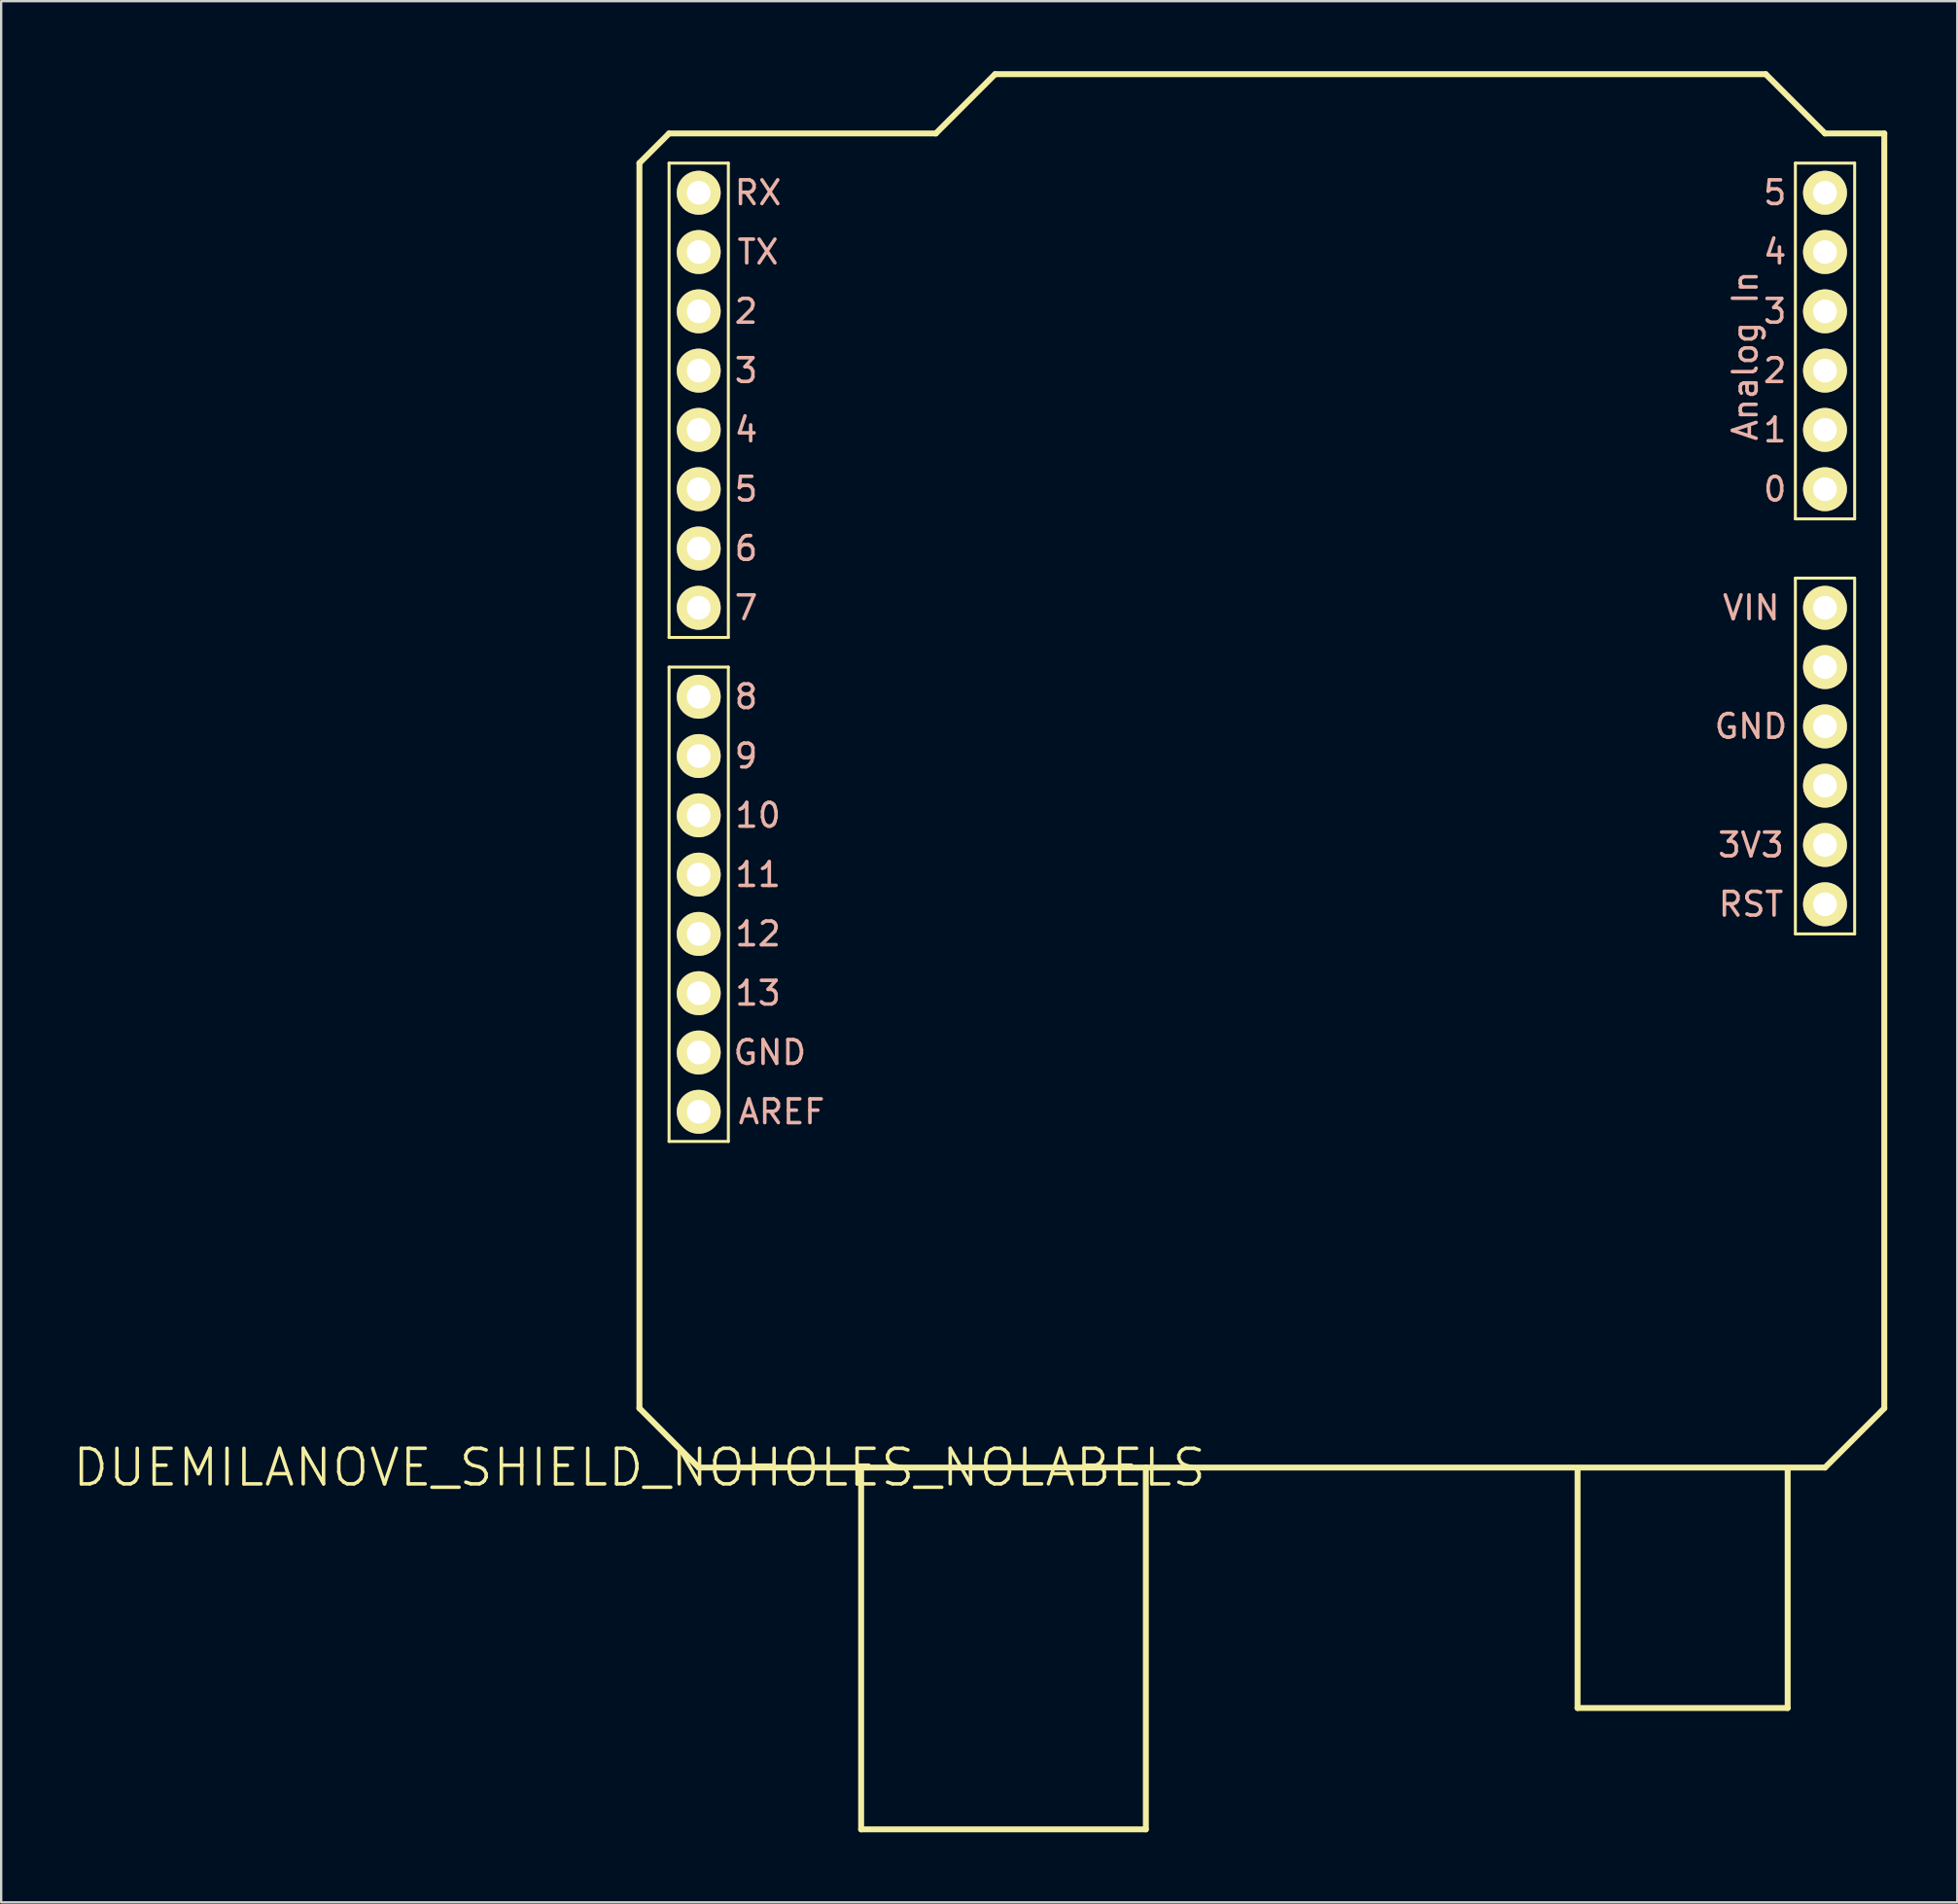
<source format=kicad_pcb>
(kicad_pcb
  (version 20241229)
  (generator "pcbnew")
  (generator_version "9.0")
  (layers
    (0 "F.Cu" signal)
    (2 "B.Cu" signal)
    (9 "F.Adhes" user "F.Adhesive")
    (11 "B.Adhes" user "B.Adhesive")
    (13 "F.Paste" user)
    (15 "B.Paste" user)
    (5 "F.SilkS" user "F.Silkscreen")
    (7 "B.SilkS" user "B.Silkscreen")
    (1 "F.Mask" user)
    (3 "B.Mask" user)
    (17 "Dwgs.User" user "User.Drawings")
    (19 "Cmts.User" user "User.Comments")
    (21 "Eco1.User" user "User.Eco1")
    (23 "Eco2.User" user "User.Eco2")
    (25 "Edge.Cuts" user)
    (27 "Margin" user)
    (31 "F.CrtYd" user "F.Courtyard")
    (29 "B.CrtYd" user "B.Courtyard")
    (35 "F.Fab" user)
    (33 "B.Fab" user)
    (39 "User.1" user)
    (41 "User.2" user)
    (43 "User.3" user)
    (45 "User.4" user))
  (footprint "DUEMILANOVE_SHIELD_NOHOLES_NOLABELS"
    (layer "F.Cu")
    (at 24.348 59.817)
    (property "Reference" "DUEMILANOVE_SHIELD_NOHOLES_NOLABELS" (at 0 0 0) (layer "F.SilkS") (effects (font (size 1.524 1.524) (thickness 0.15))))
    (attr exclude_from_pos_files exclude_from_bom)
    (fp_line (start 0 -55.88) (end 0 -2.54) (stroke (width 0.254) (type solid)) (layer "F.SilkS"))
    (fp_line (start 0 -2.54) (end 2.54 0) (stroke (width 0.254) (type solid)) (layer "F.SilkS"))
    (fp_line (start 1.27 -57.15) (end 0 -55.88) (stroke (width 0.254) (type solid)) (layer "F.SilkS"))
    (fp_line (start 1.27 -55.88) (end 3.81 -55.88) (stroke (width 0.127) (type solid)) (layer "F.SilkS"))
    (fp_line (start 1.27 -35.56) (end 1.27 -55.88) (stroke (width 0.127) (type solid)) (layer "F.SilkS"))
    (fp_line (start 1.27 -34.29) (end 3.81 -34.29) (stroke (width 0.127) (type solid)) (layer "F.SilkS"))
    (fp_line (start 1.27 -13.97) (end 1.27 -34.29) (stroke (width 0.127) (type solid)) (layer "F.SilkS"))
    (fp_line (start 2.54 0) (end 9.5 0) (stroke (width 0.254) (type solid)) (layer "F.SilkS"))
    (fp_line (start 3.81 -55.88) (end 3.81 -35.56) (stroke (width 0.127) (type solid)) (layer "F.SilkS"))
    (fp_line (start 3.81 -35.56) (end 1.27 -35.56) (stroke (width 0.127) (type solid)) (layer "F.SilkS"))
    (fp_line (start 3.81 -34.29) (end 3.81 -13.97) (stroke (width 0.127) (type solid)) (layer "F.SilkS"))
    (fp_line (start 3.81 -13.97) (end 1.27 -13.97) (stroke (width 0.127) (type solid)) (layer "F.SilkS"))
    (fp_line (start 9.5 0) (end 21.699 0) (stroke (width 0.254) (type solid)) (layer "F.SilkS"))
    (fp_line (start 9.5 15.499) (end 9.5 0) (stroke (width 0.254) (type solid)) (layer "F.SilkS"))
    (fp_line (start 9.5 15.499) (end 21.699 15.499) (stroke (width 0.254) (type solid)) (layer "F.SilkS"))
    (fp_line (start 12.7 -57.15) (end 1.27 -57.15) (stroke (width 0.254) (type solid)) (layer "F.SilkS"))
    (fp_line (start 15.24 -59.69) (end 12.7 -57.15) (stroke (width 0.254) (type solid)) (layer "F.SilkS"))
    (fp_line (start 21.699 0) (end 50.8 0) (stroke (width 0.254) (type solid)) (layer "F.SilkS"))
    (fp_line (start 21.699 15.499) (end 21.699 0) (stroke (width 0.254) (type solid)) (layer "F.SilkS"))
    (fp_line (start 40.198 10.3) (end 40.198 0.099) (stroke (width 0.254) (type solid)) (layer "F.SilkS"))
    (fp_line (start 40.198 10.3) (end 49.2 10.3) (stroke (width 0.254) (type solid)) (layer "F.SilkS"))
    (fp_line (start 48.26 -59.69) (end 15.24 -59.69) (stroke (width 0.254) (type solid)) (layer "F.SilkS"))
    (fp_line (start 49.2 10.3) (end 49.2 0.099) (stroke (width 0.254) (type solid)) (layer "F.SilkS"))
    (fp_line (start 49.53 -55.88) (end 52.07 -55.88) (stroke (width 0.127) (type solid)) (layer "F.SilkS"))
    (fp_line (start 49.53 -40.64) (end 49.53 -55.88) (stroke (width 0.127) (type solid)) (layer "F.SilkS"))
    (fp_line (start 49.53 -38.1) (end 52.07 -38.1) (stroke (width 0.127) (type solid)) (layer "F.SilkS"))
    (fp_line (start 49.53 -22.86) (end 49.53 -38.1) (stroke (width 0.127) (type solid)) (layer "F.SilkS"))
    (fp_line (start 50.8 -57.15) (end 48.26 -59.69) (stroke (width 0.254) (type solid)) (layer "F.SilkS"))
    (fp_line (start 50.8 0) (end 53.34 -2.54) (stroke (width 0.254) (type solid)) (layer "F.SilkS"))
    (fp_line (start 52.07 -55.88) (end 52.07 -40.64) (stroke (width 0.127) (type solid)) (layer "F.SilkS"))
    (fp_line (start 52.07 -40.64) (end 49.53 -40.64) (stroke (width 0.127) (type solid)) (layer "F.SilkS"))
    (fp_line (start 52.07 -38.1) (end 52.07 -22.86) (stroke (width 0.127) (type solid)) (layer "F.SilkS"))
    (fp_line (start 52.07 -22.86) (end 49.53 -22.86) (stroke (width 0.127) (type solid)) (layer "F.SilkS"))
    (fp_line (start 53.34 -57.15) (end 50.8 -57.15) (stroke (width 0.254) (type solid)) (layer "F.SilkS"))
    (fp_line (start 53.34 -2.54) (end 53.34 -57.15) (stroke (width 0.254) (type solid)) (layer "F.SilkS"))
    (fp_text user "13" (at 5.08 -20.32 0) (layer "B.SilkS") (effects (font (size 1.016 1.016) (thickness 0.152))))
    (fp_text user "GND" (at 5.588 -17.78 0) (layer "B.SilkS") (effects (font (size 1.016 1.016) (thickness 0.152))))
    (fp_text user "3" (at 4.572 -46.99 0) (layer "B.SilkS") (effects (font (size 1.016 1.016) (thickness 0.152))))
    (fp_text user "6" (at 4.572 -39.37 0) (layer "B.SilkS") (effects (font (size 1.016 1.016) (thickness 0.152))))
    (fp_text user "VIN" (at 47.638 -36.83 180) (layer "B.SilkS") (effects (font (size 1.016 1.016) (thickness 0.152))))
    (fp_text user "1" (at 48.654 -44.45 180) (layer "B.SilkS") (effects (font (size 1.016 1.016) (thickness 0.152))))
    (fp_text user "2" (at 4.572 -49.53 0) (layer "B.SilkS") (effects (font (size 1.016 1.016) (thickness 0.152))))
    (fp_text user "12" (at 5.08 -22.86 0) (layer "B.SilkS") (effects (font (size 1.016 1.016) (thickness 0.152))))
    (fp_text user "11" (at 5.08 -25.4 0) (layer "B.SilkS") (effects (font (size 1.016 1.016) (thickness 0.152))))
    (fp_text user "0" (at 48.654 -41.91 180) (layer "B.SilkS") (effects (font (size 1.016 1.016) (thickness 0.152))))
    (fp_text user "4" (at 4.572 -44.45 0) (layer "B.SilkS") (effects (font (size 1.016 1.016) (thickness 0.152))))
    (fp_text user "5" (at 4.572 -41.91 0) (layer "B.SilkS") (effects (font (size 1.016 1.016) (thickness 0.152))))
    (fp_text user "8" (at 4.572 -33.02 0) (layer "B.SilkS") (effects (font (size 1.016 1.016) (thickness 0.152))))
    (fp_text user "GND" (at 47.625 -31.75 180) (layer "B.SilkS") (effects (font (size 1.016 1.016) (thickness 0.152))))
    (fp_text user "RST" (at 47.625 -24.13 180) (layer "B.SilkS") (effects (font (size 1.016 1.016) (thickness 0.152))))
    (fp_text user "10" (at 5.08 -27.94 0) (layer "B.SilkS") (effects (font (size 1.016 1.016) (thickness 0.152))))
    (fp_text user "3" (at 48.654 -49.53 180) (layer "B.SilkS") (effects (font (size 1.016 1.016) (thickness 0.152))))
    (fp_text user "4" (at 48.654 -52.07 180) (layer "B.SilkS") (effects (font (size 1.016 1.016) (thickness 0.152))))
    (fp_text user "2" (at 48.654 -46.99 180) (layer "B.SilkS") (effects (font (size 1.016 1.016) (thickness 0.152))))
    (fp_text user "Analog In" (at 47.384 -47.625 270) (layer "B.SilkS") (effects (font (size 1.016 1.016) (thickness 0.152))))
    (fp_text user "TX" (at 5.08 -52.07 0) (layer "B.SilkS") (effects (font (size 1.016 1.016) (thickness 0.152))))
    (fp_text user "5" (at 48.654 -54.61 180) (layer "B.SilkS") (effects (font (size 1.016 1.016) (thickness 0.152))))
    (fp_text user "7" (at 4.572 -36.83 0) (layer "B.SilkS") (effects (font (size 1.016 1.016) (thickness 0.152))))
    (fp_text user "9" (at 4.572 -30.48 0) (layer "B.SilkS") (effects (font (size 1.016 1.016) (thickness 0.152))))
    (fp_text user "3V3" (at 47.625 -26.67 180) (layer "B.SilkS") (effects (font (size 1.016 1.016) (thickness 0.152))))
    (fp_text user "AREF" (at 6.096 -15.24 0) (layer "B.SilkS") (effects (font (size 1.016 1.016) (thickness 0.152))))
    (fp_text user "RX" (at 5.08 -54.61 0) (layer "B.SilkS") (effects (font (size 1.016 1.016) (thickness 0.152))))
    (pad "3.3V" thru_hole circle (at 50.8 -26.67) (size 1.88 1.88) (drill 1.016) (layers "*.Cu" "F.Mask" "F.SilkS" "F.Paste"))
    (pad "5V" thru_hole circle (at 50.8 -29.21) (size 1.88 1.88) (drill 1.016) (layers "*.Cu" "F.Mask" "F.SilkS" "F.Paste"))
    (pad "A0" thru_hole circle (at 50.8 -41.91) (size 1.88 1.88) (drill 1.016) (layers "*.Cu" "F.Mask" "F.SilkS" "F.Paste"))
    (pad "A1" thru_hole circle (at 50.8 -44.45) (size 1.88 1.88) (drill 1.016) (layers "*.Cu" "F.Mask" "F.SilkS" "F.Paste"))
    (pad "A2" thru_hole circle (at 50.8 -46.99) (size 1.88 1.88) (drill 1.016) (layers "*.Cu" "F.Mask" "F.SilkS" "F.Paste"))
    (pad "A3" thru_hole circle (at 50.8 -49.53) (size 1.88 1.88) (drill 1.016) (layers "*.Cu" "F.Mask" "F.SilkS" "F.Paste"))
    (pad "A4" thru_hole circle (at 50.8 -52.07) (size 1.88 1.88) (drill 1.016) (layers "*.Cu" "F.Mask" "F.SilkS" "F.Paste"))
    (pad "A5" thru_hole circle (at 50.8 -54.61) (size 1.88 1.88) (drill 1.016) (layers "*.Cu" "F.Mask" "F.SilkS" "F.Paste"))
    (pad "AREF" thru_hole circle (at 2.54 -15.24) (size 1.88 1.88) (drill 1.016) (layers "*.Cu" "F.Mask" "F.SilkS" "F.Paste"))
    (pad "D2" thru_hole circle (at 2.54 -49.53) (size 1.88 1.88) (drill 1.016) (layers "*.Cu" "F.Mask" "F.SilkS" "F.Paste"))
    (pad "D3" thru_hole circle (at 2.54 -46.99) (size 1.88 1.88) (drill 1.016) (layers "*.Cu" "F.Mask" "F.SilkS" "F.Paste"))
    (pad "D4" thru_hole circle (at 2.54 -44.45) (size 1.88 1.88) (drill 1.016) (layers "*.Cu" "F.Mask" "F.SilkS" "F.Paste"))
    (pad "D5" thru_hole circle (at 2.54 -41.91) (size 1.88 1.88) (drill 1.016) (layers "*.Cu" "F.Mask" "F.SilkS" "F.Paste"))
    (pad "D6" thru_hole circle (at 2.54 -39.37) (size 1.88 1.88) (drill 1.016) (layers "*.Cu" "F.Mask" "F.SilkS" "F.Paste"))
    (pad "D7" thru_hole circle (at 2.54 -36.83) (size 1.88 1.88) (drill 1.016) (layers "*.Cu" "F.Mask" "F.SilkS" "F.Paste"))
    (pad "D8" thru_hole circle (at 2.54 -33.02) (size 1.88 1.88) (drill 1.016) (layers "*.Cu" "F.Mask" "F.SilkS" "F.Paste"))
    (pad "D9" thru_hole circle (at 2.54 -30.48) (size 1.88 1.88) (drill 1.016) (layers "*.Cu" "F.Mask" "F.SilkS" "F.Paste"))
    (pad "D10" thru_hole circle (at 2.54 -27.94) (size 1.88 1.88) (drill 1.016) (layers "*.Cu" "F.Mask" "F.SilkS" "F.Paste"))
    (pad "D11" thru_hole circle (at 2.54 -25.4) (size 1.88 1.88) (drill 1.016) (layers "*.Cu" "F.Mask" "F.SilkS" "F.Paste"))
    (pad "D12" thru_hole circle (at 2.54 -22.86) (size 1.88 1.88) (drill 1.016) (layers "*.Cu" "F.Mask" "F.SilkS" "F.Paste"))
    (pad "D13" thru_hole circle (at 2.54 -20.32) (size 1.88 1.88) (drill 1.016) (layers "*.Cu" "F.Mask" "F.SilkS" "F.Paste"))
    (pad "GND@" thru_hole circle (at 2.54 -17.78) (size 1.88 1.88) (drill 1.016) (layers "*.Cu" "F.Mask" "F.SilkS" "F.Paste"))
    (pad "GND@" thru_hole circle (at 50.8 -34.29) (size 1.88 1.88) (drill 1.016) (layers "*.Cu" "F.Mask" "F.SilkS" "F.Paste"))
    (pad "GND@" thru_hole circle (at 50.8 -31.75) (size 1.88 1.88) (drill 1.016) (layers "*.Cu" "F.Mask" "F.SilkS" "F.Paste"))
    (pad "RES" thru_hole circle (at 50.8 -24.13) (size 1.88 1.88) (drill 1.016) (layers "*.Cu" "F.Mask" "F.SilkS" "F.Paste"))
    (pad "RX" thru_hole circle (at 2.54 -54.61) (size 1.88 1.88) (drill 1.016) (layers "*.Cu" "F.Mask" "F.SilkS" "F.Paste"))
    (pad "TX" thru_hole circle (at 2.54 -52.07) (size 1.88 1.88) (drill 1.016) (layers "*.Cu" "F.Mask" "F.SilkS" "F.Paste"))
    (pad "VIN" thru_hole circle (at 50.8 -36.83) (size 1.88 1.88) (drill 1.016) (layers "*.Cu" "F.Mask" "F.SilkS" "F.Paste")))
  (gr_rect
    (start -3 -3)
    (end 80.815 78.443)
    (stroke (width 0.1) (type default))
    (fill no)
    (layer "Edge.Cuts")))
</source>
